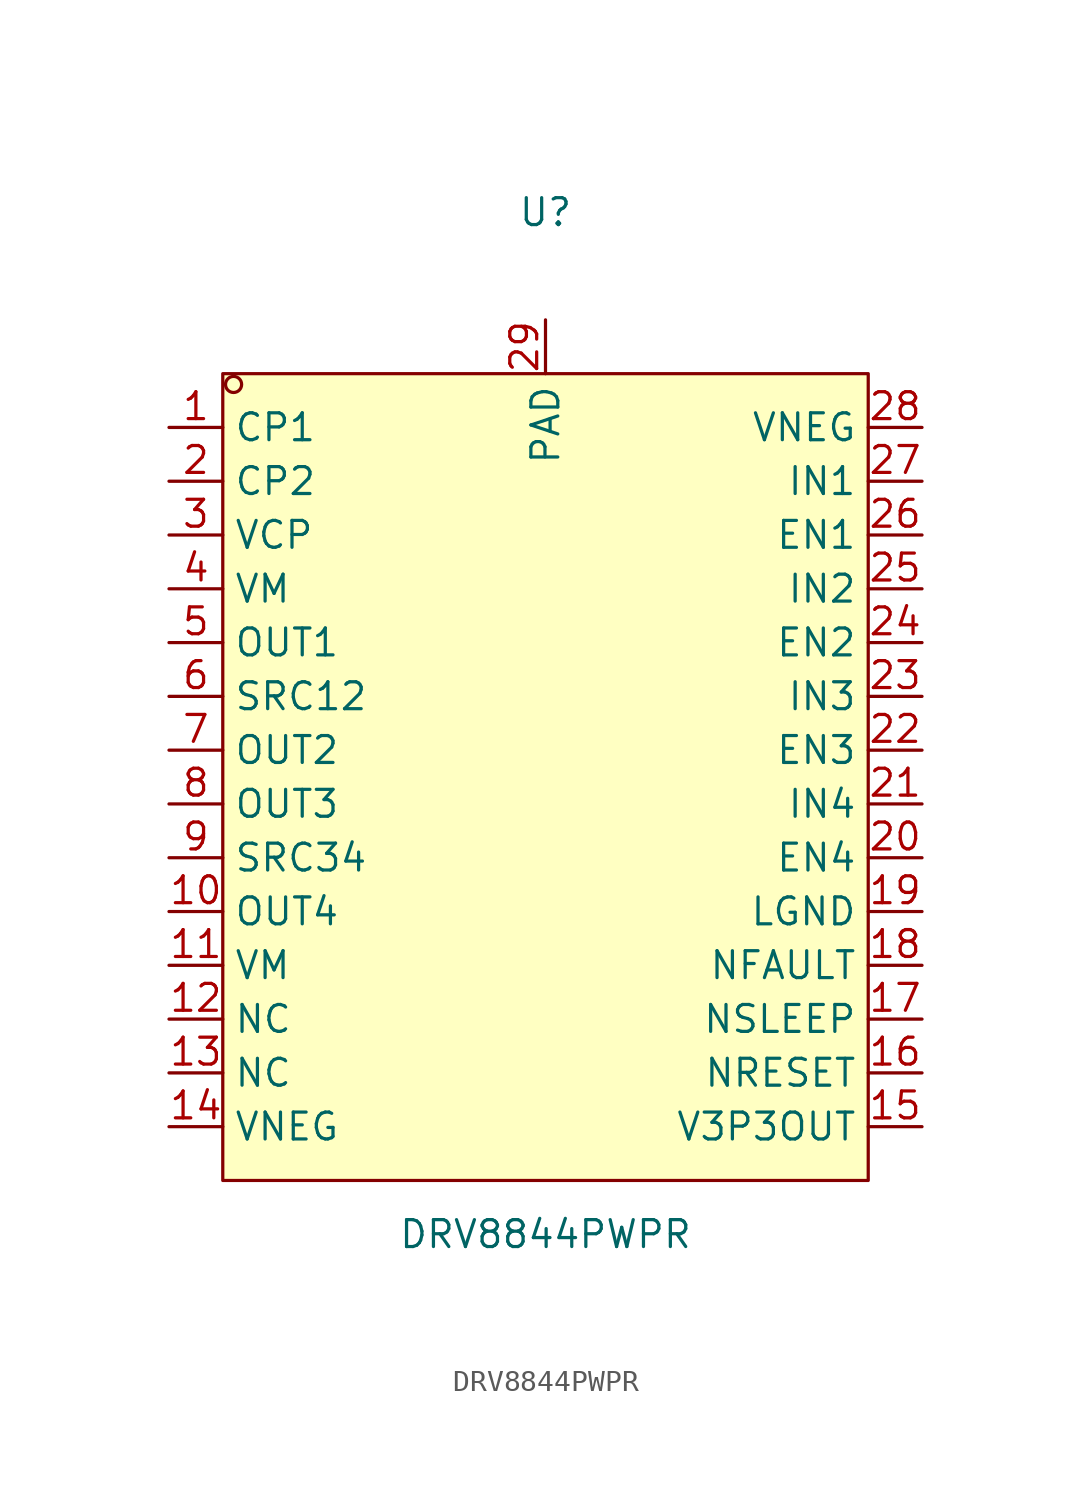
<source format=kicad_sym>
(kicad_symbol_lib
  (version 20241209)
  (generator "kicad_symbol_editor")
  (generator_version "9.0")
  (symbol "DRV8844PWPR"
    (property "Reference" "U"
      (at 0 26.67 0)
      (effects (font (size 1.27 1.27))))
    (property "Value" "DRV8844PWPR"
      (at 0 -21.59 0)
      (effects (font (size 1.27 1.27))))
    (symbol "DRV8844PWPR_0_1"
      (rectangle (start -15.24 19.05) (end 15.24 -19.05) (stroke (width 0) (type default)) (fill (type background)))
      (circle (center -14.73 18.54) (radius 0.38) (stroke (width 0) (type default)) (fill (type none)))
      (pin unspecified line (at -17.78 16.51 0) (length 2.54) (name "CP1" (effects (font (size 1.27 1.27)))) (number "1" (effects (font (size 1.27 1.27)))))
      (pin unspecified line (at -17.78 13.97 0) (length 2.54) (name "CP2" (effects (font (size 1.27 1.27)))) (number "2" (effects (font (size 1.27 1.27)))))
      (pin unspecified line (at -17.78 11.43 0) (length 2.54) (name "VCP" (effects (font (size 1.27 1.27)))) (number "3" (effects (font (size 1.27 1.27)))))
      (pin unspecified line (at -17.78 8.89 0) (length 2.54) (name "VM" (effects (font (size 1.27 1.27)))) (number "4" (effects (font (size 1.27 1.27)))))
      (pin unspecified line (at -17.78 6.35 0) (length 2.54) (name "OUT1" (effects (font (size 1.27 1.27)))) (number "5" (effects (font (size 1.27 1.27)))))
      (pin unspecified line (at -17.78 3.81 0) (length 2.54) (name "SRC12" (effects (font (size 1.27 1.27)))) (number "6" (effects (font (size 1.27 1.27)))))
      (pin unspecified line (at -17.78 1.27 0) (length 2.54) (name "OUT2" (effects (font (size 1.27 1.27)))) (number "7" (effects (font (size 1.27 1.27)))))
      (pin unspecified line (at -17.78 -1.27 0) (length 2.54) (name "OUT3" (effects (font (size 1.27 1.27)))) (number "8" (effects (font (size 1.27 1.27)))))
      (pin unspecified line (at -17.78 -3.81 0) (length 2.54) (name "SRC34" (effects (font (size 1.27 1.27)))) (number "9" (effects (font (size 1.27 1.27)))))
      (pin unspecified line (at -17.78 -6.35 0) (length 2.54) (name "OUT4" (effects (font (size 1.27 1.27)))) (number "10" (effects (font (size 1.27 1.27)))))
      (pin unspecified line (at -17.78 -8.89 0) (length 2.54) (name "VM" (effects (font (size 1.27 1.27)))) (number "11" (effects (font (size 1.27 1.27)))))
      (pin unspecified line (at -17.78 -11.43 0) (length 2.54) (name "NC" (effects (font (size 1.27 1.27)))) (number "12" (effects (font (size 1.27 1.27)))))
      (pin unspecified line (at -17.78 -13.97 0) (length 2.54) (name "NC" (effects (font (size 1.27 1.27)))) (number "13" (effects (font (size 1.27 1.27)))))
      (pin unspecified line (at -17.78 -16.51 0) (length 2.54) (name "VNEG" (effects (font (size 1.27 1.27)))) (number "14" (effects (font (size 1.27 1.27)))))
      (pin unspecified line (at 0 21.59 270) (length 2.54) (name "PAD" (effects (font (size 1.27 1.27)))) (number "29" (effects (font (size 1.27 1.27)))))
      (pin unspecified line (at 17.78 16.51 180) (length 2.54) (name "VNEG" (effects (font (size 1.27 1.27)))) (number "28" (effects (font (size 1.27 1.27)))))
      (pin unspecified line (at 17.78 13.97 180) (length 2.54) (name "IN1" (effects (font (size 1.27 1.27)))) (number "27" (effects (font (size 1.27 1.27)))))
      (pin unspecified line (at 17.78 11.43 180) (length 2.54) (name "EN1" (effects (font (size 1.27 1.27)))) (number "26" (effects (font (size 1.27 1.27)))))
      (pin unspecified line (at 17.78 8.89 180) (length 2.54) (name "IN2" (effects (font (size 1.27 1.27)))) (number "25" (effects (font (size 1.27 1.27)))))
      (pin unspecified line (at 17.78 6.35 180) (length 2.54) (name "EN2" (effects (font (size 1.27 1.27)))) (number "24" (effects (font (size 1.27 1.27)))))
      (pin unspecified line (at 17.78 3.81 180) (length 2.54) (name "IN3" (effects (font (size 1.27 1.27)))) (number "23" (effects (font (size 1.27 1.27)))))
      (pin unspecified line (at 17.78 1.27 180) (length 2.54) (name "EN3" (effects (font (size 1.27 1.27)))) (number "22" (effects (font (size 1.27 1.27)))))
      (pin unspecified line (at 17.78 -1.27 180) (length 2.54) (name "IN4" (effects (font (size 1.27 1.27)))) (number "21" (effects (font (size 1.27 1.27)))))
      (pin unspecified line (at 17.78 -3.81 180) (length 2.54) (name "EN4" (effects (font (size 1.27 1.27)))) (number "20" (effects (font (size 1.27 1.27)))))
      (pin unspecified line (at 17.78 -6.35 180) (length 2.54) (name "LGND" (effects (font (size 1.27 1.27)))) (number "19" (effects (font (size 1.27 1.27)))))
      (pin unspecified line (at 17.78 -8.89 180) (length 2.54) (name "NFAULT" (effects (font (size 1.27 1.27)))) (number "18" (effects (font (size 1.27 1.27)))))
      (pin unspecified line (at 17.78 -11.43 180) (length 2.54) (name "NSLEEP" (effects (font (size 1.27 1.27)))) (number "17" (effects (font (size 1.27 1.27)))))
      (pin unspecified line (at 17.78 -13.97 180) (length 2.54) (name "NRESET" (effects (font (size 1.27 1.27)))) (number "16" (effects (font (size 1.27 1.27)))))
      (pin unspecified line (at 17.78 -16.51 180) (length 2.54) (name "V3P3OUT" (effects (font (size 1.27 1.27)))) (number "15" (effects (font (size 1.27 1.27))))))))
</source>
